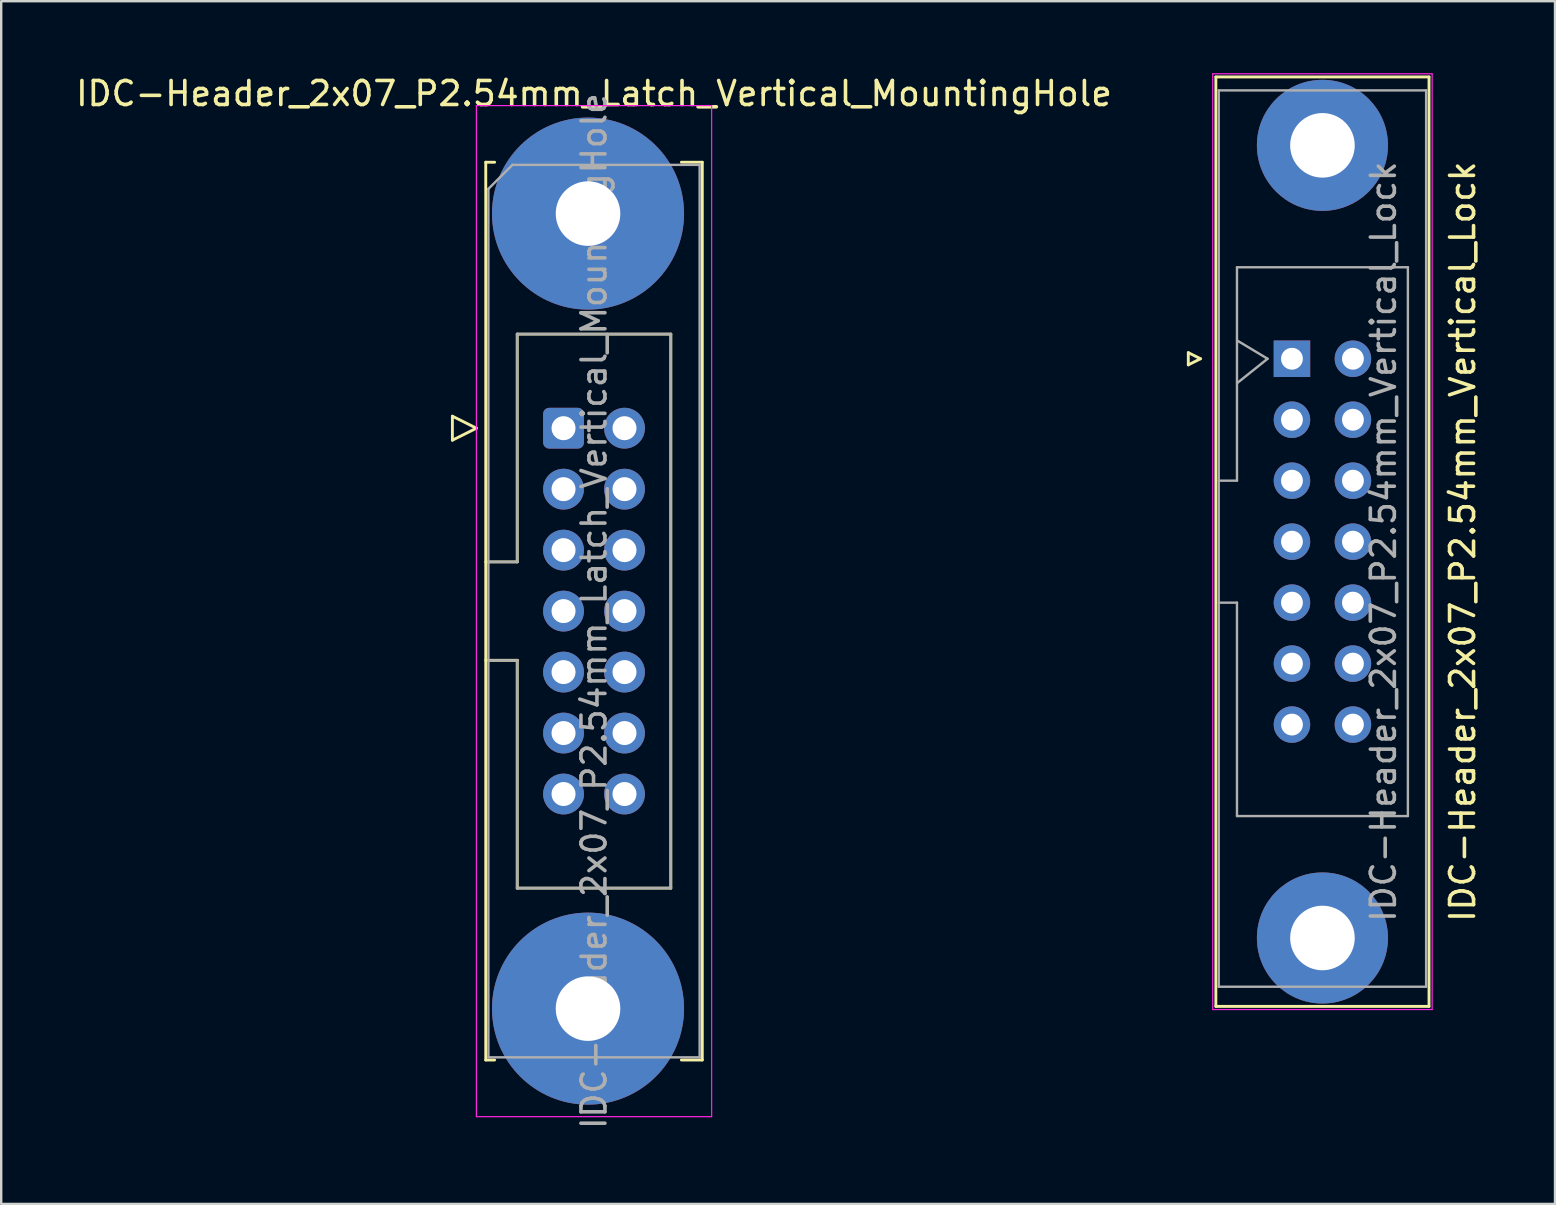
<source format=kicad_pcb>
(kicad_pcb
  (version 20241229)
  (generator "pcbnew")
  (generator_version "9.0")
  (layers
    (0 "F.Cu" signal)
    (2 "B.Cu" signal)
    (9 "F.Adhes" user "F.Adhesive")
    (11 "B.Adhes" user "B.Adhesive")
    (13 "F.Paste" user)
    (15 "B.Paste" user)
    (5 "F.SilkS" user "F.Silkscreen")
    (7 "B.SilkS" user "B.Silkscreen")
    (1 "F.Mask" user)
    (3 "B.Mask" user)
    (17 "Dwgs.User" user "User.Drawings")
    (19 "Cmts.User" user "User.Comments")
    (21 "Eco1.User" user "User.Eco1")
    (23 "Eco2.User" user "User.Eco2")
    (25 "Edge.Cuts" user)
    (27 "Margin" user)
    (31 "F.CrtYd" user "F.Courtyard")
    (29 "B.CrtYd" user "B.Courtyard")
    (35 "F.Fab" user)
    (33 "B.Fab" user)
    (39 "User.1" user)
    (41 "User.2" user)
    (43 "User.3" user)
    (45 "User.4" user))
  (footprint "IDC-Header_2x07_P2.54mm_Latch_Vertical_MountingHole"
    (layer "F.Cu")
    (at 20.426 14.788)
    (property "Reference" "IDC-Header_2x07_P2.54mm_Latch_Vertical_MountingHole" (at 1.27 -13.94 0) (layer "F.SilkS") (effects (font (size 1 1) (thickness 0.15))))
    (attr through_hole)
    (fp_line (start -4.63 -0.5) (end -4.63 0.5) (stroke (width 0.12) (type solid)) (layer "F.SilkS"))
    (fp_line (start -4.63 0.5) (end -3.63 0) (stroke (width 0.12) (type solid)) (layer "F.SilkS"))
    (fp_line (start -3.63 0) (end -4.63 -0.5) (stroke (width 0.12) (type solid)) (layer "F.SilkS"))
    (fp_line (start -3.24 -11.08) (end -3.24 26.32) (stroke (width 0.12) (type solid)) (layer "F.SilkS"))
    (fp_line (start -3.24 5.57) (end -1.93 5.57) (stroke (width 0.12) (type solid)) (layer "F.SilkS"))
    (fp_line (start -3.24 26.32) (end -2.87 26.32) (stroke (width 0.12) (type solid)) (layer "F.SilkS"))
    (fp_line (start -2.87 -11.08) (end -3.24 -11.08) (stroke (width 0.12) (type solid)) (layer "F.SilkS"))
    (fp_line (start -1.93 -3.92) (end 4.47 -3.92) (stroke (width 0.12) (type solid)) (layer "F.SilkS"))
    (fp_line (start -1.93 5.57) (end -1.93 -3.92) (stroke (width 0.12) (type solid)) (layer "F.SilkS"))
    (fp_line (start -1.93 9.67) (end -3.24 9.67) (stroke (width 0.12) (type solid)) (layer "F.SilkS"))
    (fp_line (start -1.93 9.67) (end -1.93 9.67) (stroke (width 0.12) (type solid)) (layer "F.SilkS"))
    (fp_line (start -1.93 19.16) (end -1.93 9.67) (stroke (width 0.12) (type solid)) (layer "F.SilkS"))
    (fp_line (start 4.47 -3.92) (end 4.47 19.16) (stroke (width 0.12) (type solid)) (layer "F.SilkS"))
    (fp_line (start 4.47 19.16) (end -1.93 19.16) (stroke (width 0.12) (type solid)) (layer "F.SilkS"))
    (fp_line (start 4.91 -11.08) (end 5.78 -11.08) (stroke (width 0.12) (type solid)) (layer "F.SilkS"))
    (fp_line (start 5.78 -11.08) (end 5.78 26.32) (stroke (width 0.12) (type solid)) (layer "F.SilkS"))
    (fp_line (start 5.78 26.32) (end 4.91 26.32) (stroke (width 0.12) (type solid)) (layer "F.SilkS"))
    (fp_line (start -3.63 -13.44) (end -3.63 28.68) (stroke (width 0.05) (type solid)) (layer "F.CrtYd"))
    (fp_line (start -3.63 28.68) (end 6.17 28.68) (stroke (width 0.05) (type solid)) (layer "F.CrtYd"))
    (fp_line (start 6.17 -13.44) (end -3.63 -13.44) (stroke (width 0.05) (type solid)) (layer "F.CrtYd"))
    (fp_line (start 6.17 28.68) (end 6.17 -13.44) (stroke (width 0.05) (type solid)) (layer "F.CrtYd"))
    (fp_line (start -3.13 -9.97) (end -2.13 -10.97) (stroke (width 0.1) (type solid)) (layer "F.Fab"))
    (fp_line (start -3.13 5.57) (end -1.93 5.57) (stroke (width 0.1) (type solid)) (layer "F.Fab"))
    (fp_line (start -3.13 26.21) (end -3.13 -9.97) (stroke (width 0.1) (type solid)) (layer "F.Fab"))
    (fp_line (start -2.13 -10.97) (end 5.67 -10.97) (stroke (width 0.1) (type solid)) (layer "F.Fab"))
    (fp_line (start -1.93 -3.92) (end 4.47 -3.92) (stroke (width 0.1) (type solid)) (layer "F.Fab"))
    (fp_line (start -1.93 5.57) (end -1.93 -3.92) (stroke (width 0.1) (type solid)) (layer "F.Fab"))
    (fp_line (start -1.93 9.67) (end -3.13 9.67) (stroke (width 0.1) (type solid)) (layer "F.Fab"))
    (fp_line (start -1.93 9.67) (end -1.93 9.67) (stroke (width 0.1) (type solid)) (layer "F.Fab"))
    (fp_line (start -1.93 19.16) (end -1.93 9.67) (stroke (width 0.1) (type solid)) (layer "F.Fab"))
    (fp_line (start 4.47 -3.92) (end 4.47 19.16) (stroke (width 0.1) (type solid)) (layer "F.Fab"))
    (fp_line (start 4.47 19.16) (end -1.93 19.16) (stroke (width 0.1) (type solid)) (layer "F.Fab"))
    (fp_line (start 5.67 -10.97) (end 5.67 26.21) (stroke (width 0.1) (type solid)) (layer "F.Fab"))
    (fp_line (start 5.67 26.21) (end -3.13 26.21) (stroke (width 0.1) (type solid)) (layer "F.Fab"))
    (fp_text user "${REFERENCE}" (at 1.27 7.62 90) (layer "F.Fab") (effects (font (size 1 1) (thickness 0.15))))
    (pad "" thru_hole circle (at 1.02 -8.94) (size 8 8) (drill 2.69) (layers "*.Cu" "*.Mask"))
    (pad "" thru_hole circle (at 1.02 24.18) (size 8 8) (drill 2.69) (layers "*.Cu" "*.Mask"))
    (pad "1" thru_hole roundrect (at 0 0) (size 1.7 1.7) (drill 1) (layers "*.Cu" "*.Mask") (roundrect_rratio 0.147))
    (pad "2" thru_hole circle (at 2.54 0) (size 1.7 1.7) (drill 1) (layers "*.Cu" "*.Mask"))
    (pad "3" thru_hole circle (at 0 2.54) (size 1.7 1.7) (drill 1) (layers "*.Cu" "*.Mask"))
    (pad "4" thru_hole circle (at 2.54 2.54) (size 1.7 1.7) (drill 1) (layers "*.Cu" "*.Mask"))
    (pad "5" thru_hole circle (at 0 5.08) (size 1.7 1.7) (drill 1) (layers "*.Cu" "*.Mask"))
    (pad "6" thru_hole circle (at 2.54 5.08) (size 1.7 1.7) (drill 1) (layers "*.Cu" "*.Mask"))
    (pad "7" thru_hole circle (at 0 7.62) (size 1.7 1.7) (drill 1) (layers "*.Cu" "*.Mask"))
    (pad "8" thru_hole circle (at 2.54 7.62) (size 1.7 1.7) (drill 1) (layers "*.Cu" "*.Mask"))
    (pad "9" thru_hole circle (at 0 10.16) (size 1.7 1.7) (drill 1) (layers "*.Cu" "*.Mask"))
    (pad "10" thru_hole circle (at 2.54 10.16) (size 1.7 1.7) (drill 1) (layers "*.Cu" "*.Mask"))
    (pad "11" thru_hole circle (at 0 12.7) (size 1.7 1.7) (drill 1) (layers "*.Cu" "*.Mask"))
    (pad "12" thru_hole circle (at 2.54 12.7) (size 1.7 1.7) (drill 1) (layers "*.Cu" "*.Mask"))
    (pad "13" thru_hole circle (at 0 15.24) (size 1.7 1.7) (drill 1) (layers "*.Cu" "*.Mask"))
    (pad "14" thru_hole circle (at 2.54 15.24) (size 1.7 1.7) (drill 1) (layers "*.Cu" "*.Mask")))
  (footprint "IDC-Header_2x07_P2.54mm_Vertical_Lock"
    (layer "F.Cu")
    (at 50.771 11.895)
    (property "Reference" "IDC-Header_2x07_P2.54mm_Vertical_Lock" (at 7.11 7.62 270) (layer "F.SilkS") (effects (font (size 1 1) (thickness 0.15))))
    (attr through_hole)
    (fp_line (start -4.318 -0.254) (end -4.318 0.254) (stroke (width 0.12) (type solid)) (layer "F.SilkS"))
    (fp_line (start -4.318 0.254) (end -3.81 0) (stroke (width 0.12) (type solid)) (layer "F.SilkS"))
    (fp_line (start -3.81 0) (end -4.318 -0.254) (stroke (width 0.12) (type solid)) (layer "F.SilkS"))
    (fp_line (start -3.17 26.98) (end -3.17 -11.74) (stroke (width 0.12) (type solid)) (layer "F.SilkS"))
    (fp_line (start -3.17 26.98) (end 5.71 26.98) (stroke (width 0.12) (type solid)) (layer "F.SilkS"))
    (fp_line (start 5.71 -11.74) (end -3.17 -11.74) (stroke (width 0.12) (type solid)) (layer "F.SilkS"))
    (fp_line (start 5.71 -11.74) (end 5.71 26.98) (stroke (width 0.12) (type solid)) (layer "F.SilkS"))
    (fp_line (start -3.3 27.11) (end -3.3 -11.87) (stroke (width 0.05) (type solid)) (layer "F.CrtYd"))
    (fp_line (start -3.3 27.11) (end 5.84 27.11) (stroke (width 0.05) (type solid)) (layer "F.CrtYd"))
    (fp_line (start 5.84 -11.87) (end -3.3 -11.87) (stroke (width 0.05) (type solid)) (layer "F.CrtYd"))
    (fp_line (start 5.84 -11.87) (end 5.84 27.11) (stroke (width 0.05) (type solid)) (layer "F.CrtYd"))
    (fp_line (start -3.05 -11.18) (end 5.59 -11.18) (stroke (width 0.1) (type solid)) (layer "F.Fab"))
    (fp_line (start -3.05 5.08) (end -2.29 5.08) (stroke (width 0.1) (type solid)) (layer "F.Fab"))
    (fp_line (start -3.05 26.16) (end -3.05 -11.18) (stroke (width 0.1) (type solid)) (layer "F.Fab"))
    (fp_line (start -2.29 -3.81) (end 4.83 -3.81) (stroke (width 0.1) (type solid)) (layer "F.Fab"))
    (fp_line (start -2.29 5.08) (end -2.29 -3.81) (stroke (width 0.1) (type solid)) (layer "F.Fab"))
    (fp_line (start -2.29 10.16) (end -3.05 10.16) (stroke (width 0.1) (type solid)) (layer "F.Fab"))
    (fp_line (start -2.29 19.05) (end -2.29 10.16) (stroke (width 0.1) (type solid)) (layer "F.Fab"))
    (fp_line (start -2.286 -0.762) (end -1.016 0) (stroke (width 0.1) (type solid)) (layer "F.Fab"))
    (fp_line (start -1.016 0) (end -2.286 1.016) (stroke (width 0.1) (type solid)) (layer "F.Fab"))
    (fp_line (start 4.83 -3.81) (end 4.83 19.05) (stroke (width 0.1) (type solid)) (layer "F.Fab"))
    (fp_line (start 4.83 19.05) (end -2.29 19.05) (stroke (width 0.1) (type solid)) (layer "F.Fab"))
    (fp_line (start 5.59 -11.18) (end 5.59 26.16) (stroke (width 0.1) (type solid)) (layer "F.Fab"))
    (fp_line (start 5.59 26.16) (end -3.05 26.16) (stroke (width 0.1) (type solid)) (layer "F.Fab"))
    (fp_text user "${REFERENCE}" (at 3.81 7.62 90) (layer "F.Fab") (effects (font (size 1 1) (thickness 0.15))))
    (pad "" thru_hole circle (at 1.27 -8.89 270) (size 5.46 5.46) (drill 2.69) (layers "*.Cu" "*.Mask"))
    (pad "" thru_hole circle (at 1.27 24.13 270) (size 5.46 5.46) (drill 2.69) (layers "*.Cu" "*.Mask"))
    (pad "1" thru_hole rect (at 0 0 270) (size 1.52 1.52) (drill 0.91) (layers "*.Cu" "*.Mask"))
    (pad "2" thru_hole circle (at 2.54 0 270) (size 1.52 1.52) (drill 0.91) (layers "*.Cu" "*.Mask"))
    (pad "3" thru_hole circle (at 0 2.54 270) (size 1.52 1.52) (drill 0.91) (layers "*.Cu" "*.Mask"))
    (pad "4" thru_hole circle (at 2.54 2.54 270) (size 1.52 1.52) (drill 0.91) (layers "*.Cu" "*.Mask"))
    (pad "5" thru_hole circle (at 0 5.08 270) (size 1.52 1.52) (drill 0.91) (layers "*.Cu" "*.Mask"))
    (pad "6" thru_hole circle (at 2.54 5.08 270) (size 1.52 1.52) (drill 0.91) (layers "*.Cu" "*.Mask"))
    (pad "7" thru_hole circle (at 0 7.62 270) (size 1.52 1.52) (drill 0.91) (layers "*.Cu" "*.Mask"))
    (pad "8" thru_hole circle (at 2.54 7.62 270) (size 1.52 1.52) (drill 0.91) (layers "*.Cu" "*.Mask"))
    (pad "9" thru_hole circle (at 0 10.16 270) (size 1.52 1.52) (drill 0.91) (layers "*.Cu" "*.Mask"))
    (pad "10" thru_hole circle (at 2.54 10.16 270) (size 1.52 1.52) (drill 0.91) (layers "*.Cu" "*.Mask"))
    (pad "11" thru_hole circle (at 0 12.7 270) (size 1.52 1.52) (drill 0.91) (layers "*.Cu" "*.Mask"))
    (pad "12" thru_hole circle (at 2.54 12.7 270) (size 1.52 1.52) (drill 0.91) (layers "*.Cu" "*.Mask"))
    (pad "13" thru_hole circle (at 0 15.24 270) (size 1.52 1.52) (drill 0.91) (layers "*.Cu" "*.Mask"))
    (pad "14" thru_hole circle (at 2.54 15.24 270) (size 1.52 1.52) (drill 0.91) (layers "*.Cu" "*.Mask")))
  (gr_rect
    (start -3 -3)
    (end 61.729 47.105)
    (stroke (width 0.1) (type default))
    (fill no)
    (layer "Edge.Cuts")))
</source>
